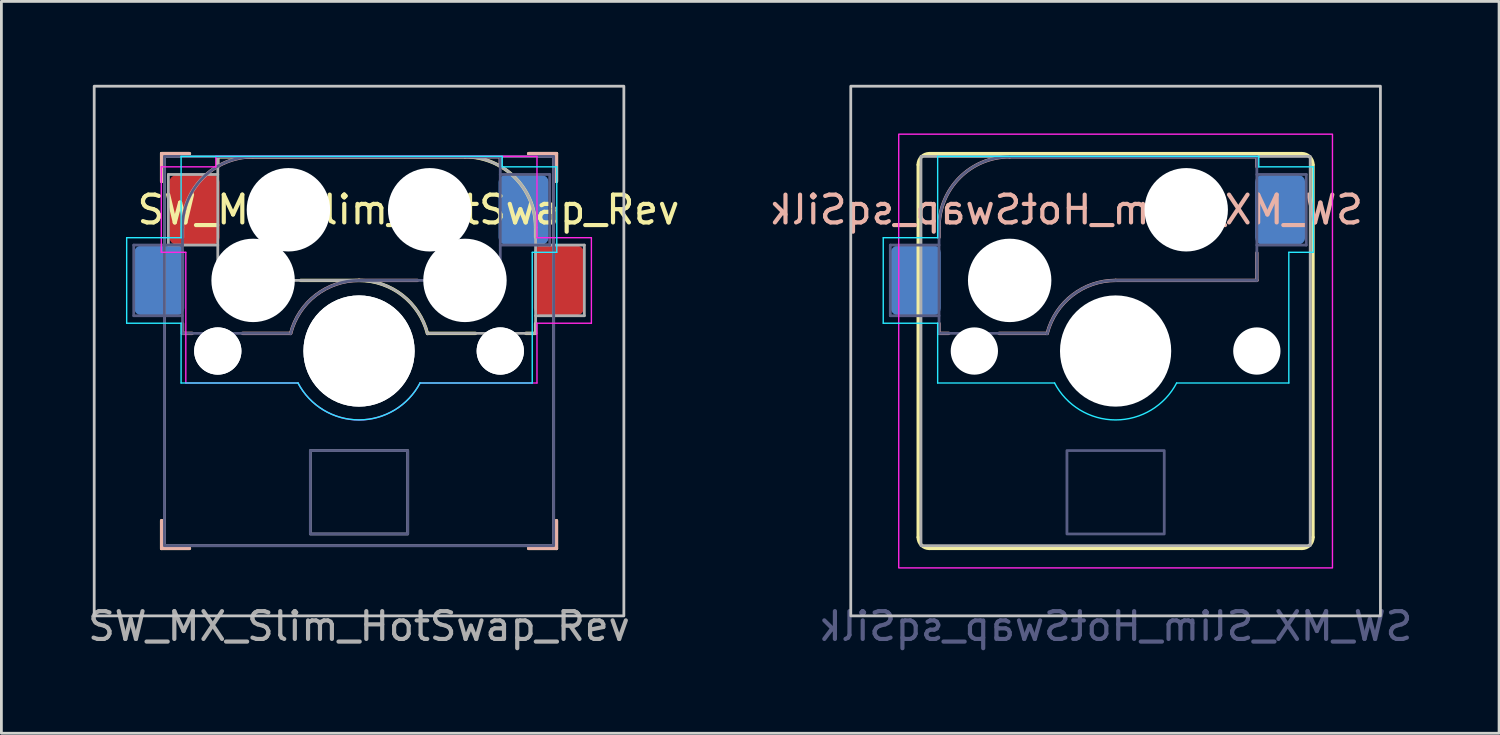
<source format=kicad_pcb>
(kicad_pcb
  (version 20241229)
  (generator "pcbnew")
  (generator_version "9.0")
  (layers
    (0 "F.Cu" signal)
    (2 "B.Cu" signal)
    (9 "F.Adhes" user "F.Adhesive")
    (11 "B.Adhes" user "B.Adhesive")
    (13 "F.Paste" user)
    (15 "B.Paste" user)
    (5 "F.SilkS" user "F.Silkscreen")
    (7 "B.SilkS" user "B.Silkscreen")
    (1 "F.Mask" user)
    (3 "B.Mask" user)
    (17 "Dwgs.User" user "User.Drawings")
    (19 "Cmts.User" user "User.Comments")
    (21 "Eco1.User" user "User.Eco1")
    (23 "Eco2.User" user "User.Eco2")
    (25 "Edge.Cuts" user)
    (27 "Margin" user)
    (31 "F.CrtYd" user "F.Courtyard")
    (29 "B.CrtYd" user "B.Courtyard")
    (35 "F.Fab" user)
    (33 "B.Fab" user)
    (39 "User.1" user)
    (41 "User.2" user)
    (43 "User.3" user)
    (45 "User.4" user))
  (footprint "SW_MX_Slim_HotSwap_sqSilk"
    (layer "F.Cu")
    (at 37.074 9.575)
    (property "Reference" "SW_MX_Slim_HotSwap_sqSilk" (at -1.778 -5.08 180) (layer "B.SilkS") (effects (font (size 1 1) (thickness 0.15)) (justify mirror)))
    (attr smd)
    (fp_line (start -7.1 6.7) (end -7.1 -6.7) (stroke (width 0.12) (type default)) (layer "F.SilkS"))
    (fp_line (start -6.7 -7.1) (end 6.7 -7.1) (stroke (width 0.12) (type default)) (layer "F.SilkS"))
    (fp_line (start 6.7 7.1) (end -6.7 7.1) (stroke (width 0.12) (type default)) (layer "F.SilkS"))
    (fp_line (start 7.1 -6.7) (end 7.1 6.7) (stroke (width 0.12) (type default)) (layer "F.SilkS"))
    (fp_arc (start -7.1 -6.7) (mid -6.982843 -6.982843) (end -6.7 -7.1) (stroke (width 0.12) (type default)) (layer "F.SilkS"))
    (fp_arc (start -6.7 7.1) (mid -6.982843 6.982843) (end -7.1 6.7) (stroke (width 0.12) (type default)) (layer "F.SilkS"))
    (fp_arc (start 6.7 -7.1) (mid 6.982843 -6.982843) (end 7.1 -6.7) (stroke (width 0.12) (type default)) (layer "F.SilkS"))
    (fp_arc (start 7.1 6.7) (mid 6.982843 6.982843) (end 6.7 7.1) (stroke (width 0.12) (type default)) (layer "F.SilkS"))
    (fp_line (start -6.35 -4.445) (end -6.35 -4.09) (stroke (width 0.12) (type solid)) (layer "B.SilkS"))
    (fp_line (start -6.35 -0.99) (end -6.35 -0.635) (stroke (width 0.12) (type solid)) (layer "B.SilkS"))
    (fp_line (start -6 -0.635) (end -6.35 -0.635) (stroke (width 0.12) (type solid)) (layer "B.SilkS"))
    (fp_line (start -3.81 -6.985) (end 5.08 -6.985) (stroke (width 0.12) (type solid)) (layer "B.SilkS"))
    (fp_line (start -2.464 -0.635) (end -4.191 -0.635) (stroke (width 0.12) (type solid)) (layer "B.SilkS"))
    (fp_line (start 5.08 -6.985) (end 5.08 -6.63) (stroke (width 0.12) (type solid)) (layer "B.SilkS"))
    (fp_line (start 5.08 -2.54) (end 0 -2.54) (stroke (width 0.12) (type solid)) (layer "B.SilkS"))
    (fp_line (start 5.08 -2.54) (end 5.08 -3.53) (stroke (width 0.12) (type default)) (layer "B.SilkS"))
    (fp_arc (start -6.35 -4.445) (mid -5.606051 -6.241051) (end -3.81 -6.985) (stroke (width 0.12) (type solid)) (layer "B.SilkS"))
    (fp_arc (start -2.459645 -0.633836) (mid -1.555901 -2.007678) (end 0 -2.54) (stroke (width 0.12) (type default)) (layer "B.SilkS"))
    (fp_rect (start -9.525 -9.525) (end 9.525 9.525) (stroke (width 0.1) (type default)) (fill no) (layer "Dwgs.User"))
    (fp_line (start -8.357 -4.075) (end -6.4 -4.075) (stroke (width 0.05) (type default)) (layer "B.CrtYd"))
    (fp_line (start -8.357 -1) (end -8.357 -4.075) (stroke (width 0.05) (type default)) (layer "B.CrtYd"))
    (fp_line (start -6.4 -4.075) (end -6.4 -7) (stroke (width 0.05) (type default)) (layer "B.CrtYd"))
    (fp_line (start -6.4 -1) (end -8.357 -1) (stroke (width 0.05) (type default)) (layer "B.CrtYd"))
    (fp_line (start -6.4 1.15) (end -6.4 -1) (stroke (width 0.05) (type default)) (layer "B.CrtYd"))
    (fp_line (start -2.195 1.15) (end -6.4 1.15) (stroke (width 0.05) (type default)) (layer "B.CrtYd"))
    (fp_line (start 5.15 -7) (end -6.4 -7) (stroke (width 0.05) (type default)) (layer "B.CrtYd"))
    (fp_line (start 5.15 -6.625) (end 5.15 -7) (stroke (width 0.05) (type default)) (layer "B.CrtYd"))
    (fp_line (start 6.23 -3.55) (end 7.112 -3.55) (stroke (width 0.05) (type default)) (layer "B.CrtYd"))
    (fp_line (start 6.23 1.15) (end 2.195 1.15) (stroke (width 0.05) (type default)) (layer "B.CrtYd"))
    (fp_line (start 6.23 1.15) (end 6.23 -3.55) (stroke (width 0.05) (type default)) (layer "B.CrtYd"))
    (fp_line (start 7.112 -6.625) (end 5.15 -6.625) (stroke (width 0.05) (type default)) (layer "B.CrtYd"))
    (fp_line (start 7.112 -3.55) (end 7.112 -6.625) (stroke (width 0.05) (type default)) (layer "B.CrtYd"))
    (fp_arc (start 2.194999 1.150001) (mid -0.000001 2.478008) (end -2.195 1.149999) (stroke (width 0.05) (type default)) (layer "B.CrtYd"))
    (fp_rect (start -7.8 -7.8) (end 7.8 7.8) (stroke (width 0.05) (type default)) (fill no) (layer "F.CrtYd"))
    (fp_line (start -8.103 -3.81) (end -6.35 -3.81) (stroke (width 0.1) (type solid)) (layer "B.Fab"))
    (fp_line (start -8.103 -1.27) (end -8.103 -3.81) (stroke (width 0.1) (type solid)) (layer "B.Fab"))
    (fp_line (start -6.35 -1.27) (end -8.103 -1.27) (stroke (width 0.1) (type solid)) (layer "B.Fab"))
    (fp_line (start -6.35 -0.635) (end -6.35 -4.445) (stroke (width 0.1) (type solid)) (layer "B.Fab"))
    (fp_line (start -6.35 -0.635) (end -2.54 -0.635) (stroke (width 0.1) (type solid)) (layer "B.Fab"))
    (fp_line (start -3.81 -6.985) (end 5.08 -6.985) (stroke (width 0.1) (type solid)) (layer "B.Fab"))
    (fp_line (start 5.08 -6.985) (end 5.08 -2.54) (stroke (width 0.1) (type solid)) (layer "B.Fab"))
    (fp_line (start 5.08 -6.35) (end 6.858 -6.35) (stroke (width 0.1) (type solid)) (layer "B.Fab"))
    (fp_line (start 5.08 -2.54) (end 0 -2.54) (stroke (width 0.1) (type solid)) (layer "B.Fab"))
    (fp_line (start 6.858 -6.35) (end 6.858 -3.81) (stroke (width 0.1) (type solid)) (layer "B.Fab"))
    (fp_line (start 6.858 -3.81) (end 5.08 -3.81) (stroke (width 0.1) (type solid)) (layer "B.Fab"))
    (fp_rect (start -1.75 3.58) (end 1.75 6.58) (stroke (width 0.1) (type default)) (fill no) (layer "B.Fab"))
    (fp_arc (start -6.35 -4.445) (mid -5.606051 -6.241051) (end -3.81 -6.985) (stroke (width 0.1) (type solid)) (layer "B.Fab"))
    (fp_arc (start -2.464162 -0.61604) (mid -1.563147 -2.002042) (end 0 -2.54) (stroke (width 0.1) (type solid)) (layer "B.Fab"))
    (fp_rect (start -7 -7) (end 7 7) (stroke (width 0.1) (type default)) (fill no) (layer "F.Fab"))
    (fp_text user "${REFERENCE}" (at 0 9.9 0) (layer "B.Fab") (effects (font (size 1 1) (thickness 0.15)) (justify mirror)))
    (pad "" np_thru_hole circle (at -5.08 0) (size 1.7 1.7) (drill 1.7) (layers "*.Cu" "*.Mask"))
    (pad "" np_thru_hole circle (at -3.81 -2.54 180) (size 3 3) (drill 3) (layers "*.Cu" "*.Mask"))
    (pad "" np_thru_hole circle (at 0 0) (size 4 4) (drill 4) (layers "*.Cu" "*.Mask"))
    (pad "" np_thru_hole circle (at 2.54 -5.08 180) (size 3 3) (drill 3) (layers "*.Cu" "*.Mask"))
    (pad "" np_thru_hole circle (at 5.08 0) (size 1.7 1.7) (drill 1.7) (layers "*.Cu" "*.Mask"))
    (pad "1" smd roundrect (at -7.188 -2.54 180) (size 1.8 2.5) (layers "B.Cu" "B.Mask" "B.Paste") (roundrect_rratio 0.139))
    (pad "2" smd roundrect (at 5.918 -5.08 180) (size 1.8 2.5) (layers "B.Cu" "B.Mask" "B.Paste") (roundrect_rratio 0.139)))
  (footprint "SW_MX_Slim_HotSwap_Rev"
    (layer "F.Cu")
    (at 9.863 9.575)
    (property "Reference" "SW_MX_Slim_HotSwap_Rev" (at 1.778 -5.08 180) (layer "F.SilkS") (effects (font (size 1 1) (thickness 0.15))))
    (attr smd)
    (fp_line (start -7.1 -7.1) (end -7.1 -6.1) (stroke (width 0.12) (type solid)) (layer "F.SilkS"))
    (fp_line (start -7.1 6.1) (end -7.1 7.1) (stroke (width 0.12) (type solid)) (layer "F.SilkS"))
    (fp_line (start -7.1 7.1) (end -6.1 7.1) (stroke (width 0.12) (type solid)) (layer "F.SilkS"))
    (fp_line (start -6.1 -7.1) (end -7.1 -7.1) (stroke (width 0.12) (type solid)) (layer "F.SilkS"))
    (fp_line (start -5.08 -6.985) (end -5.08 -6.63) (stroke (width 0.12) (type solid)) (layer "F.SilkS"))
    (fp_line (start -2.1 -2.54) (end 0 -2.54) (stroke (width 0.12) (type solid)) (layer "F.SilkS"))
    (fp_line (start 2.464 -0.635) (end 4.191 -0.635) (stroke (width 0.12) (type solid)) (layer "F.SilkS"))
    (fp_line (start 3.81 -6.985) (end -5.08 -6.985) (stroke (width 0.12) (type solid)) (layer "F.SilkS"))
    (fp_line (start 6 -0.635) (end 6.35 -0.635) (stroke (width 0.12) (type solid)) (layer "F.SilkS"))
    (fp_line (start 6.1 7.1) (end 7.1 7.1) (stroke (width 0.12) (type solid)) (layer "F.SilkS"))
    (fp_line (start 6.35 -4.445) (end 6.35 -4.09) (stroke (width 0.12) (type solid)) (layer "F.SilkS"))
    (fp_line (start 6.35 -0.99) (end 6.35 -0.635) (stroke (width 0.12) (type solid)) (layer "F.SilkS"))
    (fp_line (start 7.1 -7.1) (end 6.1 -7.1) (stroke (width 0.12) (type solid)) (layer "F.SilkS"))
    (fp_line (start 7.1 -7.1) (end 7.1 -6.1) (stroke (width 0.12) (type solid)) (layer "F.SilkS"))
    (fp_line (start 7.1 7.1) (end 7.1 6.1) (stroke (width 0.12) (type solid)) (layer "F.SilkS"))
    (fp_arc (start 0 -2.54) (mid 1.555901 -2.007678) (end 2.459645 -0.633836) (stroke (width 0.12) (type default)) (layer "F.SilkS"))
    (fp_arc (start 3.81 -6.985) (mid 5.606051 -6.241051) (end 6.35 -4.445) (stroke (width 0.12) (type solid)) (layer "F.SilkS"))
    (fp_line (start -7.1 -7.1) (end -7.1 -6.1) (stroke (width 0.12) (type solid)) (layer "B.SilkS"))
    (fp_line (start -7.1 -7.1) (end -6.1 -7.1) (stroke (width 0.12) (type solid)) (layer "B.SilkS"))
    (fp_line (start -7.1 7.1) (end -7.1 6.1) (stroke (width 0.12) (type solid)) (layer "B.SilkS"))
    (fp_line (start -6.35 -4.445) (end -6.35 -4.09) (stroke (width 0.12) (type solid)) (layer "B.SilkS"))
    (fp_line (start -6.35 -0.99) (end -6.35 -0.635) (stroke (width 0.12) (type solid)) (layer "B.SilkS"))
    (fp_line (start -6.1 7.1) (end -7.1 7.1) (stroke (width 0.12) (type solid)) (layer "B.SilkS"))
    (fp_line (start -6 -0.635) (end -6.35 -0.635) (stroke (width 0.12) (type solid)) (layer "B.SilkS"))
    (fp_line (start -3.81 -6.985) (end 5.08 -6.985) (stroke (width 0.12) (type solid)) (layer "B.SilkS"))
    (fp_line (start -2.464 -0.635) (end -4.191 -0.635) (stroke (width 0.12) (type solid)) (layer "B.SilkS"))
    (fp_line (start 2.1 -2.54) (end -0.000001 -2.54) (stroke (width 0.12) (type solid)) (layer "B.SilkS"))
    (fp_line (start 5.08 -6.985) (end 5.08 -6.63) (stroke (width 0.12) (type solid)) (layer "B.SilkS"))
    (fp_line (start 6.1 -7.1) (end 7.1 -7.1) (stroke (width 0.12) (type solid)) (layer "B.SilkS"))
    (fp_line (start 7.1 -7.1) (end 7.1 -6.1) (stroke (width 0.12) (type solid)) (layer "B.SilkS"))
    (fp_line (start 7.1 6.1) (end 7.1 7.1) (stroke (width 0.12) (type solid)) (layer "B.SilkS"))
    (fp_line (start 7.1 7.1) (end 6.1 7.1) (stroke (width 0.12) (type solid)) (layer "B.SilkS"))
    (fp_arc (start -6.350001 -4.444997) (mid -5.606052 -6.241048) (end -3.810001 -6.984997) (stroke (width 0.12) (type solid)) (layer "B.SilkS"))
    (fp_arc (start -2.459646 -0.633833) (mid -1.555902 -2.007675) (end -0.000001 -2.539997) (stroke (width 0.12) (type default)) (layer "B.SilkS"))
    (fp_rect (start -9.525 -9.525) (end 9.525 9.525) (stroke (width 0.1) (type default)) (fill no) (layer "Dwgs.User"))
    (fp_line (start -8.357 -4.075) (end -6.4 -4.075) (stroke (width 0.05) (type default)) (layer "B.CrtYd"))
    (fp_line (start -8.357 -1) (end -8.357 -4.075) (stroke (width 0.05) (type default)) (layer "B.CrtYd"))
    (fp_line (start -6.4 -4.075) (end -6.4 -7) (stroke (width 0.05) (type default)) (layer "B.CrtYd"))
    (fp_line (start -6.4 -1) (end -8.357 -1) (stroke (width 0.05) (type default)) (layer "B.CrtYd"))
    (fp_line (start -6.4 1.15) (end -6.4 -1) (stroke (width 0.05) (type default)) (layer "B.CrtYd"))
    (fp_line (start -2.195 1.15) (end -6.4 1.15) (stroke (width 0.05) (type default)) (layer "B.CrtYd"))
    (fp_line (start 5.15 -7) (end -6.4 -7) (stroke (width 0.05) (type default)) (layer "B.CrtYd"))
    (fp_line (start 5.15 -6.625) (end 5.15 -7) (stroke (width 0.05) (type default)) (layer "B.CrtYd"))
    (fp_line (start 6.23 -3.55) (end 7.112 -3.55) (stroke (width 0.05) (type default)) (layer "B.CrtYd"))
    (fp_line (start 6.23 1.15) (end 2.195 1.15) (stroke (width 0.05) (type default)) (layer "B.CrtYd"))
    (fp_line (start 6.23 1.15) (end 6.23 -3.55) (stroke (width 0.05) (type default)) (layer "B.CrtYd"))
    (fp_line (start 7.112 -6.625) (end 5.15 -6.625) (stroke (width 0.05) (type default)) (layer "B.CrtYd"))
    (fp_line (start 7.112 -3.55) (end 7.112 -6.625) (stroke (width 0.05) (type default)) (layer "B.CrtYd"))
    (fp_arc (start 2.194998 1.150004) (mid -0.000002 2.478011) (end -2.195001 1.150002) (stroke (width 0.05) (type default)) (layer "B.CrtYd"))
    (fp_line (start -7.112 -6.625) (end -5.15 -6.625) (stroke (width 0.05) (type default)) (layer "F.CrtYd"))
    (fp_line (start -7.112 -3.55) (end -7.112 -6.625) (stroke (width 0.05) (type default)) (layer "F.CrtYd"))
    (fp_line (start -6.23 -3.55) (end -7.112 -3.55) (stroke (width 0.05) (type default)) (layer "F.CrtYd"))
    (fp_line (start -6.23 1.15) (end -6.23 -3.55) (stroke (width 0.05) (type default)) (layer "F.CrtYd"))
    (fp_line (start -6.23 1.15) (end -2.195 1.15) (stroke (width 0.05) (type default)) (layer "F.CrtYd"))
    (fp_line (start -5.15 -7) (end 6.4 -7) (stroke (width 0.05) (type default)) (layer "F.CrtYd"))
    (fp_line (start -5.15 -6.625) (end -5.15 -7) (stroke (width 0.05) (type default)) (layer "F.CrtYd"))
    (fp_line (start 2.195 1.15) (end 6.4 1.15) (stroke (width 0.05) (type default)) (layer "F.CrtYd"))
    (fp_line (start 6.4 -4.075) (end 6.4 -7) (stroke (width 0.05) (type default)) (layer "F.CrtYd"))
    (fp_line (start 6.4 -1) (end 8.357 -1) (stroke (width 0.05) (type default)) (layer "F.CrtYd"))
    (fp_line (start 6.4 1.15) (end 6.4 -1) (stroke (width 0.05) (type default)) (layer "F.CrtYd"))
    (fp_line (start 8.357 -4.075) (end 6.4 -4.075) (stroke (width 0.05) (type default)) (layer "F.CrtYd"))
    (fp_line (start 8.357 -1) (end 8.357 -4.075) (stroke (width 0.05) (type default)) (layer "F.CrtYd"))
    (fp_arc (start 2.195 1.149999) (mid 0.000001 2.478008) (end -2.194999 1.150001) (stroke (width 0.05) (type default)) (layer "F.CrtYd"))
    (fp_line (start -8.103 -3.81) (end -6.35 -3.81) (stroke (width 0.1) (type solid)) (layer "B.Fab"))
    (fp_line (start -8.103 -1.27) (end -8.103 -3.81) (stroke (width 0.1) (type solid)) (layer "B.Fab"))
    (fp_line (start -6.35 -1.27) (end -8.103 -1.27) (stroke (width 0.1) (type solid)) (layer "B.Fab"))
    (fp_line (start -6.35 -0.635) (end -6.35 -4.445) (stroke (width 0.1) (type solid)) (layer "B.Fab"))
    (fp_line (start -6.35 -0.635) (end -2.54 -0.635) (stroke (width 0.1) (type solid)) (layer "B.Fab"))
    (fp_line (start -3.81 -6.985) (end 5.08 -6.985) (stroke (width 0.1) (type solid)) (layer "B.Fab"))
    (fp_line (start 5.08 -6.985) (end 5.08 -2.54) (stroke (width 0.1) (type solid)) (layer "B.Fab"))
    (fp_line (start 5.08 -6.35) (end 6.858 -6.35) (stroke (width 0.1) (type solid)) (layer "B.Fab"))
    (fp_line (start 5.08 -2.54) (end -0.000001 -2.54) (stroke (width 0.1) (type solid)) (layer "B.Fab"))
    (fp_line (start 6.858 -6.35) (end 6.858 -3.81) (stroke (width 0.1) (type solid)) (layer "B.Fab"))
    (fp_line (start 6.858 -3.81) (end 5.08 -3.81) (stroke (width 0.1) (type solid)) (layer "B.Fab"))
    (fp_rect (start -7 -7) (end 7 7) (stroke (width 0.1) (type default)) (fill no) (layer "B.Fab"))
    (fp_rect (start -1.75 3.58) (end 1.75 6.58) (stroke (width 0.1) (type default)) (fill no) (layer "B.Fab"))
    (fp_arc (start -6.350001 -4.444997) (mid -5.606052 -6.241048) (end -3.810001 -6.984997) (stroke (width 0.1) (type solid)) (layer "B.Fab"))
    (fp_arc (start -2.464163 -0.616037) (mid -1.563148 -2.002039) (end -0.000001 -2.539997) (stroke (width 0.1) (type solid)) (layer "B.Fab"))
    (fp_line (start -6.858 -6.35) (end -6.858 -3.81) (stroke (width 0.1) (type solid)) (layer "F.Fab"))
    (fp_line (start -6.858 -3.81) (end -5.08 -3.81) (stroke (width 0.1) (type solid)) (layer "F.Fab"))
    (fp_line (start -5.08 -6.985) (end -5.08 -2.54) (stroke (width 0.1) (type solid)) (layer "F.Fab"))
    (fp_line (start -5.08 -6.35) (end -6.858 -6.35) (stroke (width 0.1) (type solid)) (layer "F.Fab"))
    (fp_line (start -5.08 -2.54) (end 0 -2.54) (stroke (width 0.1) (type solid)) (layer "F.Fab"))
    (fp_line (start 3.81 -6.985) (end -5.08 -6.985) (stroke (width 0.1) (type solid)) (layer "F.Fab"))
    (fp_line (start 6.35 -1.27) (end 8.103 -1.27) (stroke (width 0.1) (type solid)) (layer "F.Fab"))
    (fp_line (start 6.35 -0.635) (end 2.54 -0.635) (stroke (width 0.1) (type solid)) (layer "F.Fab"))
    (fp_line (start 6.35 -0.635) (end 6.35 -4.445) (stroke (width 0.1) (type solid)) (layer "F.Fab"))
    (fp_line (start 8.103 -3.81) (end 6.35 -3.81) (stroke (width 0.1) (type solid)) (layer "F.Fab"))
    (fp_line (start 8.103 -1.27) (end 8.103 -3.81) (stroke (width 0.1) (type solid)) (layer "F.Fab"))
    (fp_rect (start -7 -7) (end 7 7) (stroke (width 0.1) (type default)) (fill no) (layer "F.Fab"))
    (fp_rect (start -1.75 3.58) (end 1.75 6.58) (stroke (width 0.1) (type default)) (fill no) (layer "F.Fab"))
    (fp_arc (start 0 -2.54) (mid 1.563147 -2.002042) (end 2.464162 -0.61604) (stroke (width 0.1) (type solid)) (layer "F.Fab"))
    (fp_arc (start 3.81 -6.985) (mid 5.606051 -6.241051) (end 6.35 -4.445) (stroke (width 0.1) (type solid)) (layer "F.Fab"))
    (fp_text user "${REFERENCE}" (at 0 9.9 0) (layer "F.Fab") (effects (font (size 1 1) (thickness 0.15))))
    (pad "" np_thru_hole circle (at -5.08 0.000003) (size 1.7 1.7) (drill 1.7) (layers "*.Cu" "*.Mask"))
    (pad "" np_thru_hole circle (at -5.08 0 180) (size 1.7 1.7) (drill 1.7) (layers "*.Cu" "*.Mask"))
    (pad "" np_thru_hole circle (at -3.81 -2.54 180) (size 3 3) (drill 3) (layers "*.Cu" "*.Mask"))
    (pad "" np_thru_hole circle (at -2.54 -5.08) (size 3 3) (drill 3) (layers "*.Cu" "*.Mask"))
    (pad "" np_thru_hole circle (at -0.000001 0.000003) (size 4 4) (drill 4) (layers "*.Cu" "*.Mask"))
    (pad "" np_thru_hole circle (at 0 0 180) (size 4 4) (drill 4) (layers "*.Cu" "*.Mask"))
    (pad "" np_thru_hole circle (at 2.54 -5.08 180) (size 3 3) (drill 3) (layers "*.Cu" "*.Mask"))
    (pad "" np_thru_hole circle (at 3.81 -2.54) (size 3 3) (drill 3) (layers "*.Cu" "*.Mask"))
    (pad "" np_thru_hole circle (at 5.08 0.000003) (size 1.7 1.7) (drill 1.7) (layers "*.Cu" "*.Mask"))
    (pad "" np_thru_hole circle (at 5.08 0 180) (size 1.7 1.7) (drill 1.7) (layers "*.Cu" "*.Mask"))
    (pad "1" smd roundrect (at -7.188 -2.54 180) (size 1.8 2.5) (layers "B.Cu" "B.Mask" "B.Paste") (roundrect_rratio 0.139))
    (pad "1" smd roundrect (at -5.918 -5.08) (size 1.8 2.5) (layers "F.Cu" "F.Mask" "F.Paste") (roundrect_rratio 0.139))
    (pad "2" smd roundrect (at 5.918 -5.08 180) (size 1.8 2.5) (layers "B.Cu" "B.Mask" "B.Paste") (roundrect_rratio 0.139))
    (pad "2" smd roundrect (at 7.188 -2.54) (size 1.8 2.5) (layers "F.Cu" "F.Mask" "F.Paste") (roundrect_rratio 0.139)))
  (gr_rect
    (start -3 -3)
    (end 50.866 23.323)
    (stroke (width 0.1) (type default))
    (fill no)
    (layer "Edge.Cuts")))
</source>
